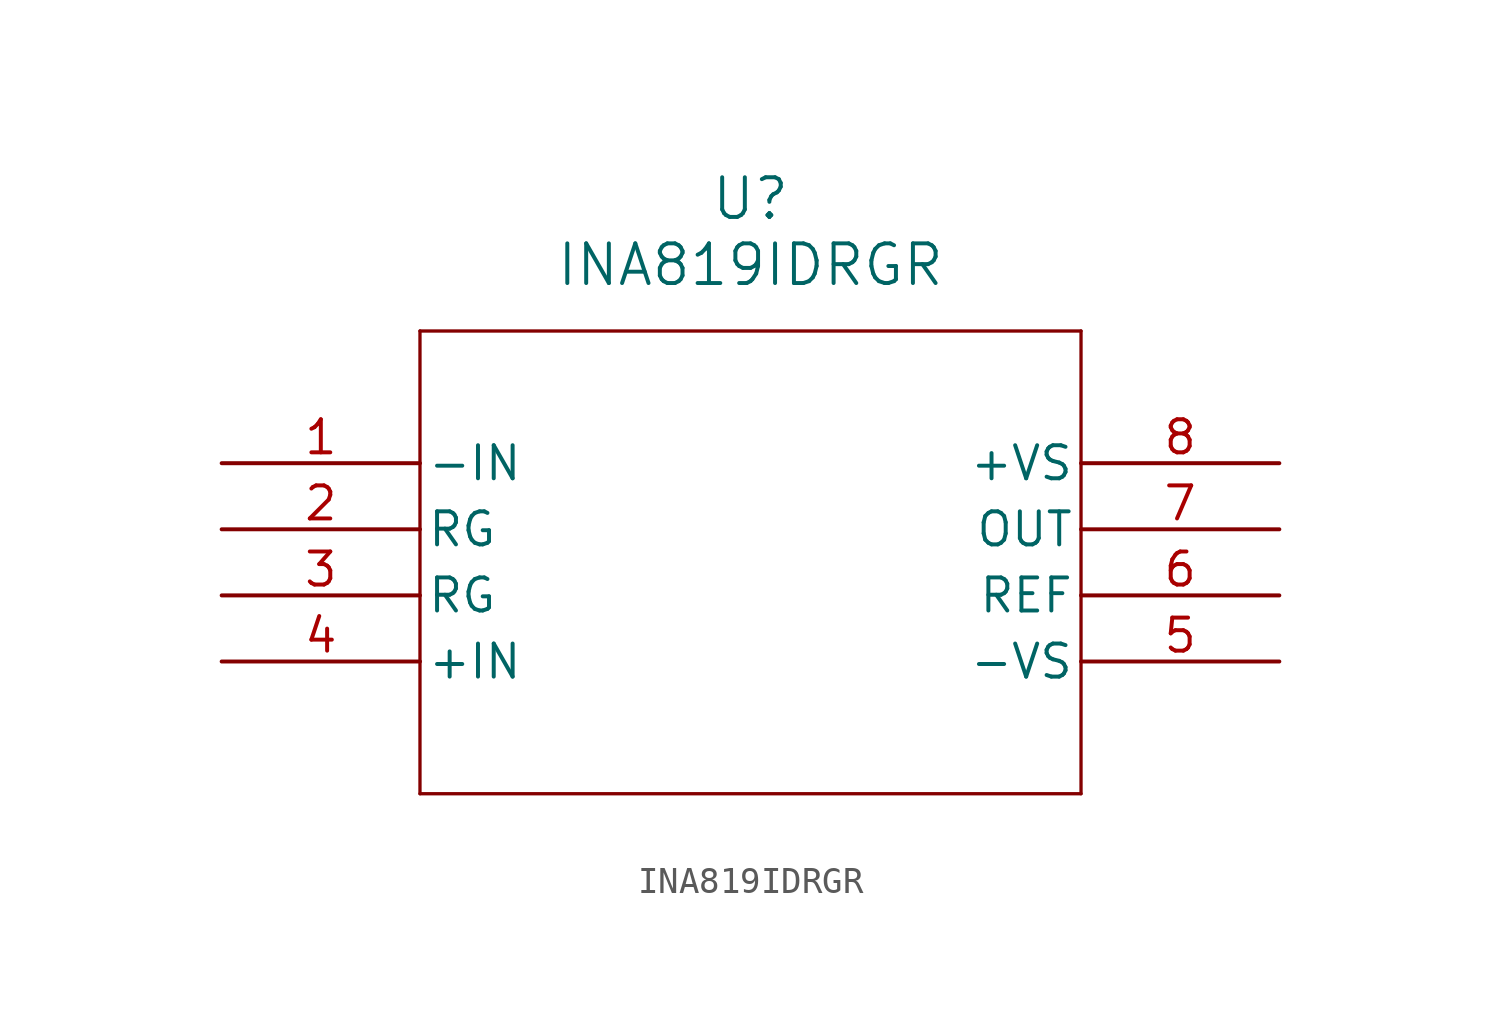
<source format=kicad_sym>
(kicad_symbol_lib
  (version 20211014)
  (generator kicad_symbol_editor)
  (symbol "INA819IDRGR"
    (pin_names
      (offset 0.254))
    (property "Reference" "U"
      (at 20.32 10.16 0)
      (effects (font (size 1.524 1.524))))
    (property "Value" "INA819IDRGR"
      (at 20.32 7.62 0)
      (effects (font (size 1.524 1.524))))
    (symbol "INA819IDRGR_0_1"
      (polyline (pts (xy 7.62 5.08) (xy 7.62 -12.7)) (stroke (width 0.127) (type default) (color 0 0 0 0)) (fill (type none)))
      (polyline (pts (xy 7.62 -12.7) (xy 33.02 -12.7)) (stroke (width 0.127) (type default) (color 0 0 0 0)) (fill (type none)))
      (polyline (pts (xy 33.02 -12.7) (xy 33.02 5.08)) (stroke (width 0.127) (type default) (color 0 0 0 0)) (fill (type none)))
      (polyline (pts (xy 33.02 5.08) (xy 7.62 5.08)) (stroke (width 0.127) (type default) (color 0 0 0 0)) (fill (type none)))
      (pin input line (at 0 0 0) (length 7.62) (name "-IN" (effects (font (size 1.27 1.27)))) (number "1" (effects (font (size 1.27 1.27)))))
      (pin unspecified line (at 0 -2.54 0) (length 7.62) (name "RG" (effects (font (size 1.27 1.27)))) (number "2" (effects (font (size 1.27 1.27)))))
      (pin unspecified line (at 0 -5.08 0) (length 7.62) (name "RG" (effects (font (size 1.27 1.27)))) (number "3" (effects (font (size 1.27 1.27)))))
      (pin input line (at 0 -7.62 0) (length 7.62) (name "+IN" (effects (font (size 1.27 1.27)))) (number "4" (effects (font (size 1.27 1.27)))))
      (pin power_in line (at 40.64 -7.62 180) (length 7.62) (name "-VS" (effects (font (size 1.27 1.27)))) (number "5" (effects (font (size 1.27 1.27)))))
      (pin unspecified line (at 40.64 -5.08 180) (length 7.62) (name "REF" (effects (font (size 1.27 1.27)))) (number "6" (effects (font (size 1.27 1.27)))))
      (pin output line (at 40.64 -2.54 180) (length 7.62) (name "OUT" (effects (font (size 1.27 1.27)))) (number "7" (effects (font (size 1.27 1.27)))))
      (pin power_in line (at 40.64 0 180) (length 7.62) (name "+VS" (effects (font (size 1.27 1.27)))) (number "8" (effects (font (size 1.27 1.27))))))))
</source>
